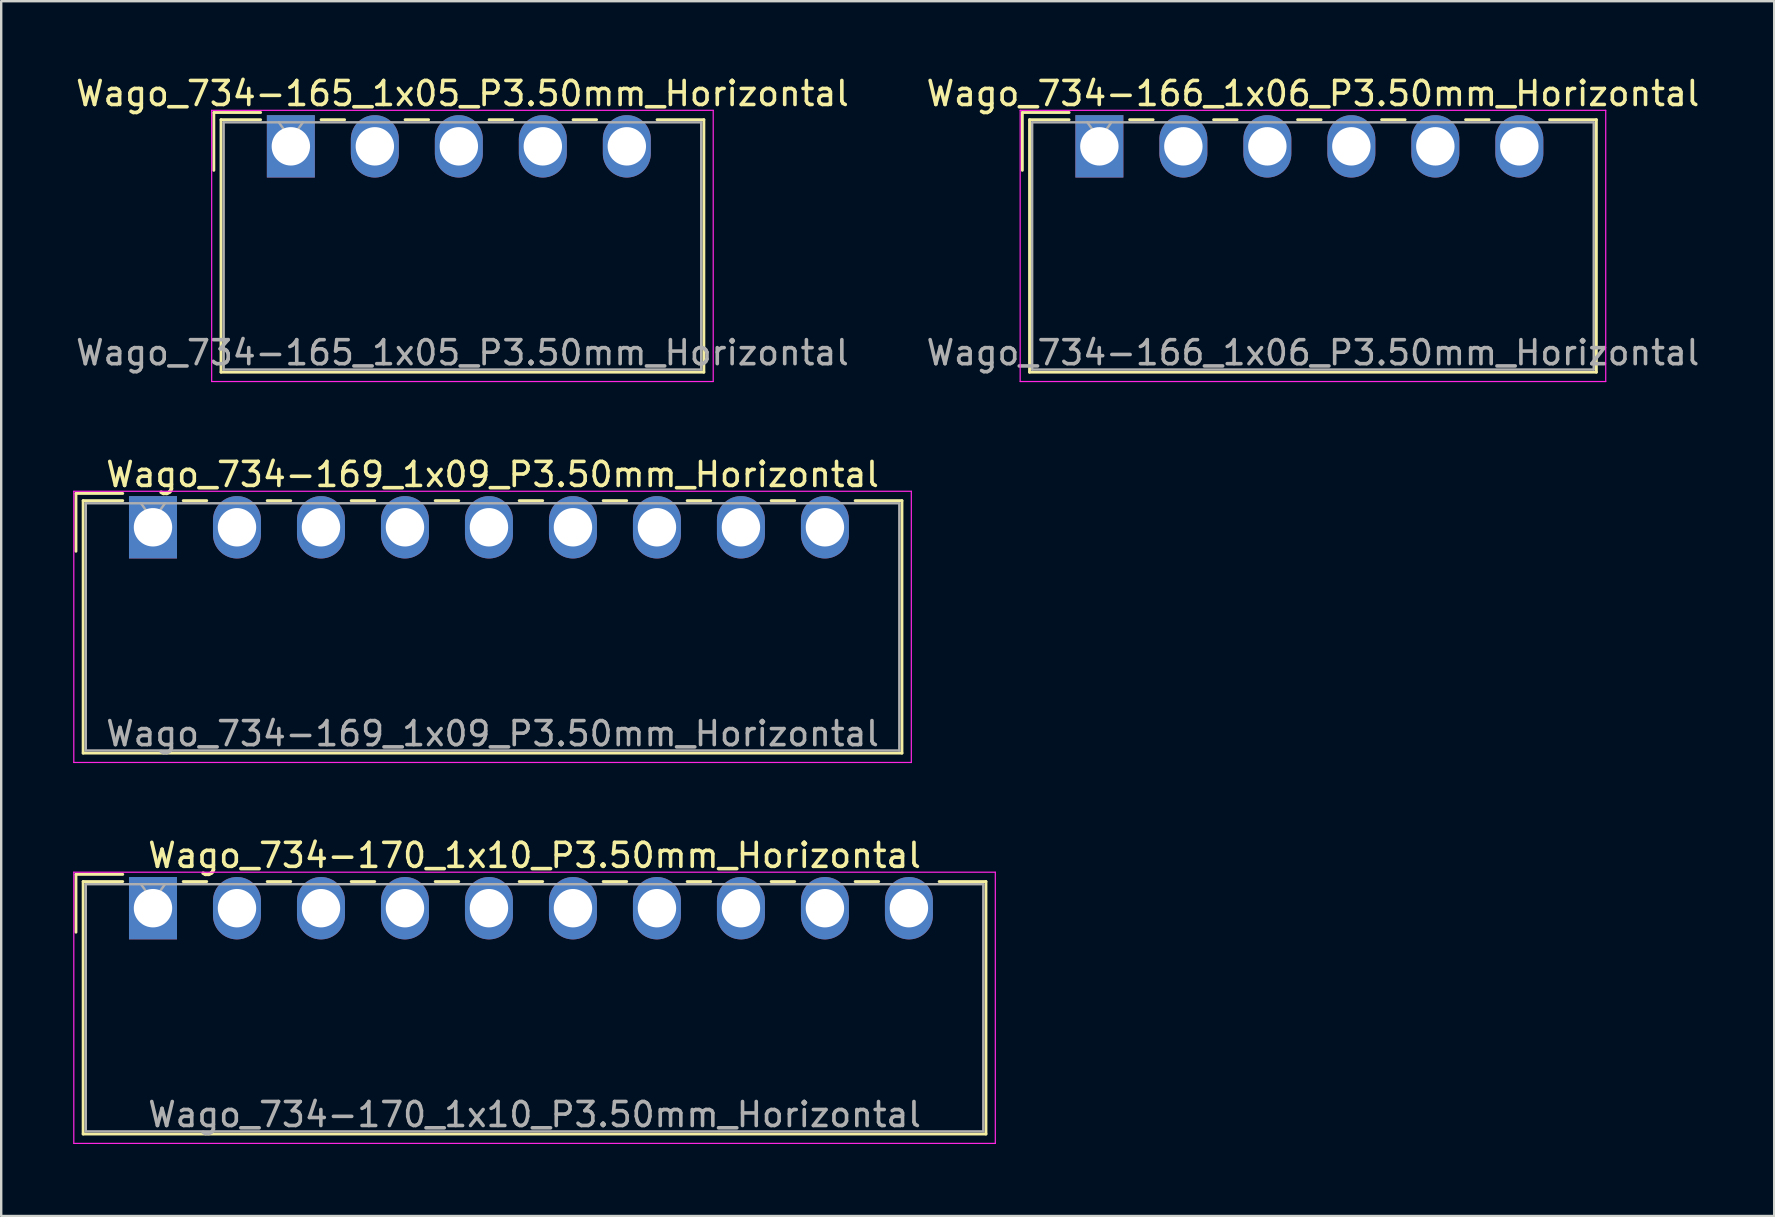
<source format=kicad_pcb>
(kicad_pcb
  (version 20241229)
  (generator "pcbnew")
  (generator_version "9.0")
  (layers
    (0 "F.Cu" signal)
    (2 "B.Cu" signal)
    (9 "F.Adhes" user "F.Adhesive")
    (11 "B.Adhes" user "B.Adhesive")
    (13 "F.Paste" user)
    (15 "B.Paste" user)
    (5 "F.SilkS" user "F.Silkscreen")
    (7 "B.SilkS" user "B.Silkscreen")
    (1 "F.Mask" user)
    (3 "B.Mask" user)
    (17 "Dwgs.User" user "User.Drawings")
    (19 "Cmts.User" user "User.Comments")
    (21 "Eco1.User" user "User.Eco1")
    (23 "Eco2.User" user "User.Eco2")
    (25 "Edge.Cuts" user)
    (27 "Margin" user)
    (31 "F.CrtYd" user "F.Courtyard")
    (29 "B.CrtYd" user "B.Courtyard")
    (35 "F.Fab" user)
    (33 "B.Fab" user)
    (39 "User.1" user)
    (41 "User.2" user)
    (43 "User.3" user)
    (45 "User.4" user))
  (footprint "Wago_734-165_1x05_P3.50mm_Horizontal"
    (layer "F.Cu")
    (at 9.07 3.048)
    (property "Reference" "Wago_734-165_1x05_P3.50mm_Horizontal" (at 7.15 -2.2 0) (layer "F.SilkS") (effects (font (size 1 1) (thickness 0.15))))
    (attr through_hole)
    (fp_line (start -3.21 -1.41) (end -1.26 -1.41) (stroke (width 0.12) (type solid)) (layer "F.SilkS"))
    (fp_line (start -3.21 1) (end -3.21 -1.41) (stroke (width 0.12) (type solid)) (layer "F.SilkS"))
    (fp_line (start -2.91 -1.11) (end -2.91 9.41) (stroke (width 0.12) (type solid)) (layer "F.SilkS"))
    (fp_line (start -2.91 9.41) (end 17.21 9.41) (stroke (width 0.12) (type solid)) (layer "F.SilkS"))
    (fp_line (start -1.26 -1.11) (end -2.91 -1.11) (stroke (width 0.12) (type solid)) (layer "F.SilkS"))
    (fp_line (start 1.26 -1.11) (end 2.24 -1.11) (stroke (width 0.12) (type solid)) (layer "F.SilkS"))
    (fp_line (start 4.76 -1.11) (end 5.74 -1.11) (stroke (width 0.12) (type solid)) (layer "F.SilkS"))
    (fp_line (start 8.26 -1.11) (end 9.24 -1.11) (stroke (width 0.12) (type solid)) (layer "F.SilkS"))
    (fp_line (start 11.76 -1.11) (end 12.74 -1.11) (stroke (width 0.12) (type solid)) (layer "F.SilkS"))
    (fp_line (start 17.21 -1.11) (end 15.26 -1.11) (stroke (width 0.12) (type solid)) (layer "F.SilkS"))
    (fp_line (start 17.21 9.41) (end 17.21 -1.11) (stroke (width 0.12) (type solid)) (layer "F.SilkS"))
    (fp_line (start -3.3 -1.5) (end -3.3 9.8) (stroke (width 0.05) (type solid)) (layer "F.CrtYd"))
    (fp_line (start -3.3 9.8) (end 17.6 9.8) (stroke (width 0.05) (type solid)) (layer "F.CrtYd"))
    (fp_line (start 17.6 -1.5) (end -3.3 -1.5) (stroke (width 0.05) (type solid)) (layer "F.CrtYd"))
    (fp_line (start 17.6 9.8) (end 17.6 -1.5) (stroke (width 0.05) (type solid)) (layer "F.CrtYd"))
    (fp_line (start -2.8 -1) (end -2.8 9.3) (stroke (width 0.1) (type solid)) (layer "F.Fab"))
    (fp_line (start -2.8 9.3) (end 17.1 9.3) (stroke (width 0.1) (type solid)) (layer "F.Fab"))
    (fp_line (start -0.5 -1) (end 0 -0.293) (stroke (width 0.1) (type solid)) (layer "F.Fab"))
    (fp_line (start 0 -0.293) (end 0.5 -1) (stroke (width 0.1) (type solid)) (layer "F.Fab"))
    (fp_line (start 17.1 -1) (end -2.8 -1) (stroke (width 0.1) (type solid)) (layer "F.Fab"))
    (fp_line (start 17.1 9.3) (end 17.1 -1) (stroke (width 0.1) (type solid)) (layer "F.Fab"))
    (fp_text user "${REFERENCE}" (at 7.15 8.6 0) (layer "F.Fab") (effects (font (size 1 1) (thickness 0.15))))
    (pad "1" thru_hole rect (at 0 0) (size 2 2.6) (drill 1.6) (layers "*.Cu" "*.Mask"))
    (pad "2" thru_hole oval (at 3.5 0) (size 2 2.6) (drill 1.6) (layers "*.Cu" "*.Mask"))
    (pad "3" thru_hole oval (at 7 0) (size 2 2.6) (drill 1.6) (layers "*.Cu" "*.Mask"))
    (pad "4" thru_hole oval (at 10.5 0) (size 2 2.6) (drill 1.6) (layers "*.Cu" "*.Mask"))
    (pad "5" thru_hole oval (at 14 0) (size 2 2.6) (drill 1.6) (layers "*.Cu" "*.Mask")))
  (footprint "Wago_734-166_1x06_P3.50mm_Horizontal"
    (layer "F.Cu")
    (at 42.761 3.048)
    (property "Reference" "Wago_734-166_1x06_P3.50mm_Horizontal" (at 8.9 -2.2 0) (layer "F.SilkS") (effects (font (size 1 1) (thickness 0.15))))
    (attr through_hole)
    (fp_line (start -3.21 -1.41) (end -1.26 -1.41) (stroke (width 0.12) (type solid)) (layer "F.SilkS"))
    (fp_line (start -3.21 1) (end -3.21 -1.41) (stroke (width 0.12) (type solid)) (layer "F.SilkS"))
    (fp_line (start -2.91 -1.11) (end -2.91 9.41) (stroke (width 0.12) (type solid)) (layer "F.SilkS"))
    (fp_line (start -2.91 9.41) (end 20.71 9.41) (stroke (width 0.12) (type solid)) (layer "F.SilkS"))
    (fp_line (start -1.26 -1.11) (end -2.91 -1.11) (stroke (width 0.12) (type solid)) (layer "F.SilkS"))
    (fp_line (start 1.26 -1.11) (end 2.24 -1.11) (stroke (width 0.12) (type solid)) (layer "F.SilkS"))
    (fp_line (start 4.76 -1.11) (end 5.74 -1.11) (stroke (width 0.12) (type solid)) (layer "F.SilkS"))
    (fp_line (start 8.26 -1.11) (end 9.24 -1.11) (stroke (width 0.12) (type solid)) (layer "F.SilkS"))
    (fp_line (start 11.76 -1.11) (end 12.74 -1.11) (stroke (width 0.12) (type solid)) (layer "F.SilkS"))
    (fp_line (start 15.26 -1.11) (end 16.24 -1.11) (stroke (width 0.12) (type solid)) (layer "F.SilkS"))
    (fp_line (start 20.71 -1.11) (end 18.76 -1.11) (stroke (width 0.12) (type solid)) (layer "F.SilkS"))
    (fp_line (start 20.71 9.41) (end 20.71 -1.11) (stroke (width 0.12) (type solid)) (layer "F.SilkS"))
    (fp_line (start -3.3 -1.5) (end -3.3 9.8) (stroke (width 0.05) (type solid)) (layer "F.CrtYd"))
    (fp_line (start -3.3 9.8) (end 21.1 9.8) (stroke (width 0.05) (type solid)) (layer "F.CrtYd"))
    (fp_line (start 21.1 -1.5) (end -3.3 -1.5) (stroke (width 0.05) (type solid)) (layer "F.CrtYd"))
    (fp_line (start 21.1 9.8) (end 21.1 -1.5) (stroke (width 0.05) (type solid)) (layer "F.CrtYd"))
    (fp_line (start -2.8 -1) (end -2.8 9.3) (stroke (width 0.1) (type solid)) (layer "F.Fab"))
    (fp_line (start -2.8 9.3) (end 20.6 9.3) (stroke (width 0.1) (type solid)) (layer "F.Fab"))
    (fp_line (start -0.5 -1) (end 0 -0.293) (stroke (width 0.1) (type solid)) (layer "F.Fab"))
    (fp_line (start 0 -0.293) (end 0.5 -1) (stroke (width 0.1) (type solid)) (layer "F.Fab"))
    (fp_line (start 20.6 -1) (end -2.8 -1) (stroke (width 0.1) (type solid)) (layer "F.Fab"))
    (fp_line (start 20.6 9.3) (end 20.6 -1) (stroke (width 0.1) (type solid)) (layer "F.Fab"))
    (fp_text user "${REFERENCE}" (at 8.9 8.6 0) (layer "F.Fab") (effects (font (size 1 1) (thickness 0.15))))
    (pad "1" thru_hole rect (at 0 0) (size 2 2.6) (drill 1.6) (layers "*.Cu" "*.Mask"))
    (pad "2" thru_hole oval (at 3.5 0) (size 2 2.6) (drill 1.6) (layers "*.Cu" "*.Mask"))
    (pad "3" thru_hole oval (at 7 0) (size 2 2.6) (drill 1.6) (layers "*.Cu" "*.Mask"))
    (pad "4" thru_hole oval (at 10.5 0) (size 2 2.6) (drill 1.6) (layers "*.Cu" "*.Mask"))
    (pad "5" thru_hole oval (at 14 0) (size 2 2.6) (drill 1.6) (layers "*.Cu" "*.Mask"))
    (pad "6" thru_hole oval (at 17.5 0) (size 2 2.6) (drill 1.6) (layers "*.Cu" "*.Mask")))
  (footprint "Wago_734-169_1x09_P3.50mm_Horizontal"
    (layer "F.Cu")
    (at 3.325 18.922)
    (property "Reference" "Wago_734-169_1x09_P3.50mm_Horizontal" (at 14.15 -2.2 0) (layer "F.SilkS") (effects (font (size 1 1) (thickness 0.15))))
    (attr through_hole)
    (fp_line (start -3.21 -1.41) (end -1.26 -1.41) (stroke (width 0.12) (type solid)) (layer "F.SilkS"))
    (fp_line (start -3.21 1) (end -3.21 -1.41) (stroke (width 0.12) (type solid)) (layer "F.SilkS"))
    (fp_line (start -2.91 -1.11) (end -2.91 9.41) (stroke (width 0.12) (type solid)) (layer "F.SilkS"))
    (fp_line (start -2.91 9.41) (end 31.21 9.41) (stroke (width 0.12) (type solid)) (layer "F.SilkS"))
    (fp_line (start -1.26 -1.11) (end -2.91 -1.11) (stroke (width 0.12) (type solid)) (layer "F.SilkS"))
    (fp_line (start 1.26 -1.11) (end 2.24 -1.11) (stroke (width 0.12) (type solid)) (layer "F.SilkS"))
    (fp_line (start 4.76 -1.11) (end 5.74 -1.11) (stroke (width 0.12) (type solid)) (layer "F.SilkS"))
    (fp_line (start 8.26 -1.11) (end 9.24 -1.11) (stroke (width 0.12) (type solid)) (layer "F.SilkS"))
    (fp_line (start 11.76 -1.11) (end 12.74 -1.11) (stroke (width 0.12) (type solid)) (layer "F.SilkS"))
    (fp_line (start 15.26 -1.11) (end 16.24 -1.11) (stroke (width 0.12) (type solid)) (layer "F.SilkS"))
    (fp_line (start 18.76 -1.11) (end 19.74 -1.11) (stroke (width 0.12) (type solid)) (layer "F.SilkS"))
    (fp_line (start 22.26 -1.11) (end 23.24 -1.11) (stroke (width 0.12) (type solid)) (layer "F.SilkS"))
    (fp_line (start 25.76 -1.11) (end 26.74 -1.11) (stroke (width 0.12) (type solid)) (layer "F.SilkS"))
    (fp_line (start 31.21 -1.11) (end 29.26 -1.11) (stroke (width 0.12) (type solid)) (layer "F.SilkS"))
    (fp_line (start 31.21 9.41) (end 31.21 -1.11) (stroke (width 0.12) (type solid)) (layer "F.SilkS"))
    (fp_line (start -3.3 -1.5) (end -3.3 9.8) (stroke (width 0.05) (type solid)) (layer "F.CrtYd"))
    (fp_line (start -3.3 9.8) (end 31.6 9.8) (stroke (width 0.05) (type solid)) (layer "F.CrtYd"))
    (fp_line (start 31.6 -1.5) (end -3.3 -1.5) (stroke (width 0.05) (type solid)) (layer "F.CrtYd"))
    (fp_line (start 31.6 9.8) (end 31.6 -1.5) (stroke (width 0.05) (type solid)) (layer "F.CrtYd"))
    (fp_line (start -2.8 -1) (end -2.8 9.3) (stroke (width 0.1) (type solid)) (layer "F.Fab"))
    (fp_line (start -2.8 9.3) (end 31.1 9.3) (stroke (width 0.1) (type solid)) (layer "F.Fab"))
    (fp_line (start -0.5 -1) (end 0 -0.293) (stroke (width 0.1) (type solid)) (layer "F.Fab"))
    (fp_line (start 0 -0.293) (end 0.5 -1) (stroke (width 0.1) (type solid)) (layer "F.Fab"))
    (fp_line (start 31.1 -1) (end -2.8 -1) (stroke (width 0.1) (type solid)) (layer "F.Fab"))
    (fp_line (start 31.1 9.3) (end 31.1 -1) (stroke (width 0.1) (type solid)) (layer "F.Fab"))
    (fp_text user "${REFERENCE}" (at 14.15 8.6 0) (layer "F.Fab") (effects (font (size 1 1) (thickness 0.15))))
    (pad "1" thru_hole rect (at 0 0) (size 2 2.6) (drill 1.6) (layers "*.Cu" "*.Mask"))
    (pad "2" thru_hole oval (at 3.5 0) (size 2 2.6) (drill 1.6) (layers "*.Cu" "*.Mask"))
    (pad "3" thru_hole oval (at 7 0) (size 2 2.6) (drill 1.6) (layers "*.Cu" "*.Mask"))
    (pad "4" thru_hole oval (at 10.5 0) (size 2 2.6) (drill 1.6) (layers "*.Cu" "*.Mask"))
    (pad "5" thru_hole oval (at 14 0) (size 2 2.6) (drill 1.6) (layers "*.Cu" "*.Mask"))
    (pad "6" thru_hole oval (at 17.5 0) (size 2 2.6) (drill 1.6) (layers "*.Cu" "*.Mask"))
    (pad "7" thru_hole oval (at 21 0) (size 2 2.6) (drill 1.6) (layers "*.Cu" "*.Mask"))
    (pad "8" thru_hole oval (at 24.5 0) (size 2 2.6) (drill 1.6) (layers "*.Cu" "*.Mask"))
    (pad "9" thru_hole oval (at 28 0) (size 2 2.6) (drill 1.6) (layers "*.Cu" "*.Mask")))
  (footprint "Wago_734-170_1x10_P3.50mm_Horizontal"
    (layer "F.Cu")
    (at 3.325 34.795)
    (property "Reference" "Wago_734-170_1x10_P3.50mm_Horizontal" (at 15.9 -2.2 0) (layer "F.SilkS") (effects (font (size 1 1) (thickness 0.15))))
    (attr through_hole)
    (fp_line (start -3.21 -1.41) (end -1.26 -1.41) (stroke (width 0.12) (type solid)) (layer "F.SilkS"))
    (fp_line (start -3.21 1) (end -3.21 -1.41) (stroke (width 0.12) (type solid)) (layer "F.SilkS"))
    (fp_line (start -2.91 -1.11) (end -2.91 9.41) (stroke (width 0.12) (type solid)) (layer "F.SilkS"))
    (fp_line (start -2.91 9.41) (end 34.71 9.41) (stroke (width 0.12) (type solid)) (layer "F.SilkS"))
    (fp_line (start -1.26 -1.11) (end -2.91 -1.11) (stroke (width 0.12) (type solid)) (layer "F.SilkS"))
    (fp_line (start 1.26 -1.11) (end 2.24 -1.11) (stroke (width 0.12) (type solid)) (layer "F.SilkS"))
    (fp_line (start 4.76 -1.11) (end 5.74 -1.11) (stroke (width 0.12) (type solid)) (layer "F.SilkS"))
    (fp_line (start 8.26 -1.11) (end 9.24 -1.11) (stroke (width 0.12) (type solid)) (layer "F.SilkS"))
    (fp_line (start 11.76 -1.11) (end 12.74 -1.11) (stroke (width 0.12) (type solid)) (layer "F.SilkS"))
    (fp_line (start 15.26 -1.11) (end 16.24 -1.11) (stroke (width 0.12) (type solid)) (layer "F.SilkS"))
    (fp_line (start 18.76 -1.11) (end 19.74 -1.11) (stroke (width 0.12) (type solid)) (layer "F.SilkS"))
    (fp_line (start 22.26 -1.11) (end 23.24 -1.11) (stroke (width 0.12) (type solid)) (layer "F.SilkS"))
    (fp_line (start 25.76 -1.11) (end 26.74 -1.11) (stroke (width 0.12) (type solid)) (layer "F.SilkS"))
    (fp_line (start 29.26 -1.11) (end 30.24 -1.11) (stroke (width 0.12) (type solid)) (layer "F.SilkS"))
    (fp_line (start 34.71 -1.11) (end 32.76 -1.11) (stroke (width 0.12) (type solid)) (layer "F.SilkS"))
    (fp_line (start 34.71 9.41) (end 34.71 -1.11) (stroke (width 0.12) (type solid)) (layer "F.SilkS"))
    (fp_line (start -3.3 -1.5) (end -3.3 9.8) (stroke (width 0.05) (type solid)) (layer "F.CrtYd"))
    (fp_line (start -3.3 9.8) (end 35.1 9.8) (stroke (width 0.05) (type solid)) (layer "F.CrtYd"))
    (fp_line (start 35.1 -1.5) (end -3.3 -1.5) (stroke (width 0.05) (type solid)) (layer "F.CrtYd"))
    (fp_line (start 35.1 9.8) (end 35.1 -1.5) (stroke (width 0.05) (type solid)) (layer "F.CrtYd"))
    (fp_line (start -2.8 -1) (end -2.8 9.3) (stroke (width 0.1) (type solid)) (layer "F.Fab"))
    (fp_line (start -2.8 9.3) (end 34.6 9.3) (stroke (width 0.1) (type solid)) (layer "F.Fab"))
    (fp_line (start -0.5 -1) (end 0 -0.293) (stroke (width 0.1) (type solid)) (layer "F.Fab"))
    (fp_line (start 0 -0.293) (end 0.5 -1) (stroke (width 0.1) (type solid)) (layer "F.Fab"))
    (fp_line (start 34.6 -1) (end -2.8 -1) (stroke (width 0.1) (type solid)) (layer "F.Fab"))
    (fp_line (start 34.6 9.3) (end 34.6 -1) (stroke (width 0.1) (type solid)) (layer "F.Fab"))
    (fp_text user "${REFERENCE}" (at 15.9 8.6 0) (layer "F.Fab") (effects (font (size 1 1) (thickness 0.15))))
    (pad "1" thru_hole rect (at 0 0) (size 2 2.6) (drill 1.6) (layers "*.Cu" "*.Mask"))
    (pad "2" thru_hole oval (at 3.5 0) (size 2 2.6) (drill 1.6) (layers "*.Cu" "*.Mask"))
    (pad "3" thru_hole oval (at 7 0) (size 2 2.6) (drill 1.6) (layers "*.Cu" "*.Mask"))
    (pad "4" thru_hole oval (at 10.5 0) (size 2 2.6) (drill 1.6) (layers "*.Cu" "*.Mask"))
    (pad "5" thru_hole oval (at 14 0) (size 2 2.6) (drill 1.6) (layers "*.Cu" "*.Mask"))
    (pad "6" thru_hole oval (at 17.5 0) (size 2 2.6) (drill 1.6) (layers "*.Cu" "*.Mask"))
    (pad "7" thru_hole oval (at 21 0) (size 2 2.6) (drill 1.6) (layers "*.Cu" "*.Mask"))
    (pad "8" thru_hole oval (at 24.5 0) (size 2 2.6) (drill 1.6) (layers "*.Cu" "*.Mask"))
    (pad "9" thru_hole oval (at 28 0) (size 2 2.6) (drill 1.6) (layers "*.Cu" "*.Mask"))
    (pad "10" thru_hole oval (at 31.5 0) (size 2 2.6) (drill 1.6) (layers "*.Cu" "*.Mask")))
  (gr_rect
    (start -3 -3)
    (end 70.881 47.62)
    (stroke (width 0.1) (type default))
    (fill no)
    (layer "Edge.Cuts")))
</source>
